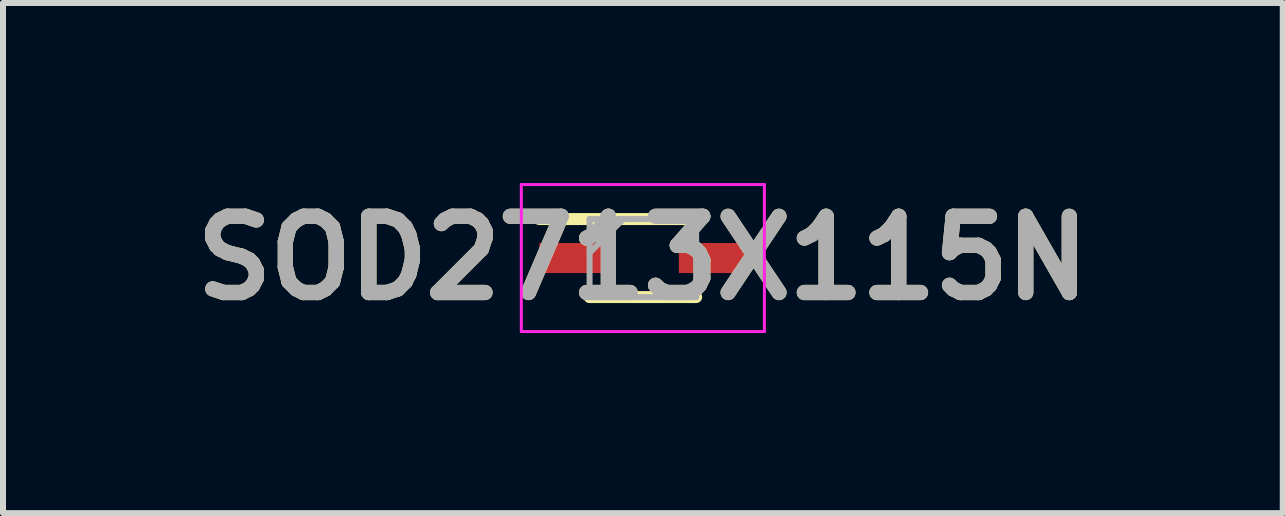
<source format=kicad_pcb>
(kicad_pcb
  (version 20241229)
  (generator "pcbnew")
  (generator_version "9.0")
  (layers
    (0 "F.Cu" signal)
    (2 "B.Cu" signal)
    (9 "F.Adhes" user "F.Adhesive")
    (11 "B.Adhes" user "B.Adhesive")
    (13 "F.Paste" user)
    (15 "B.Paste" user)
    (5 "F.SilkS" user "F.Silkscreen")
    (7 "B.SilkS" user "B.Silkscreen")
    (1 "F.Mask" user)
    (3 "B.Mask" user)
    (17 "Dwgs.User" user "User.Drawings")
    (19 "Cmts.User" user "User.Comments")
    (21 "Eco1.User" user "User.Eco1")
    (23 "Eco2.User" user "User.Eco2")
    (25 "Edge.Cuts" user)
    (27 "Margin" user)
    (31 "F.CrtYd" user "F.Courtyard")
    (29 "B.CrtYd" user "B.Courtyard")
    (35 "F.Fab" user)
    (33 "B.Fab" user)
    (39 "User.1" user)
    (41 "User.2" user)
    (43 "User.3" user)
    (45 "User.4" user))
  (footprint "SOD2713X115N"
    (layer "F.Cu")
    (at 7.662 1.25)
    (property "Reference" "SOD2713X115N" (at 0 0 0) (layer "F.SilkS") (effects (font (size 1.27 1.27) (thickness 0.254))))
    (attr smd)
    (fp_line (start -1.725 -0.65) (end 0.888 -0.65) (stroke (width 0.2) (type solid)) (layer "F.SilkS"))
    (fp_line (start -0.888 0.65) (end 0.888 0.65) (stroke (width 0.2) (type solid)) (layer "F.SilkS"))
    (fp_line (start -2.025 -1.225) (end 2.025 -1.225) (stroke (width 0.05) (type solid)) (layer "F.CrtYd"))
    (fp_line (start -2.025 1.225) (end -2.025 -1.225) (stroke (width 0.05) (type solid)) (layer "F.CrtYd"))
    (fp_line (start 2.025 -1.225) (end 2.025 1.225) (stroke (width 0.05) (type solid)) (layer "F.CrtYd"))
    (fp_line (start 2.025 1.225) (end -2.025 1.225) (stroke (width 0.05) (type solid)) (layer "F.CrtYd"))
    (fp_line (start -0.888 -0.65) (end 0.888 -0.65) (stroke (width 0.1) (type solid)) (layer "F.Fab"))
    (fp_line (start -0.888 -0.088) (end -0.325 -0.65) (stroke (width 0.1) (type solid)) (layer "F.Fab"))
    (fp_line (start -0.888 0.65) (end -0.888 -0.65) (stroke (width 0.1) (type solid)) (layer "F.Fab"))
    (fp_line (start 0.888 -0.65) (end 0.888 0.65) (stroke (width 0.1) (type solid)) (layer "F.Fab"))
    (fp_line (start 0.888 0.65) (end -0.888 0.65) (stroke (width 0.1) (type solid)) (layer "F.Fab"))
    (fp_text user "${REFERENCE}" (at 0 0 0) (layer "F.Fab") (effects (font (size 1.27 1.27) (thickness 0.254))))
    (pad "1" smd rect (at -1.162 0 90) (size 0.5 1.125) (layers "F.Cu" "F.Mask" "F.Paste"))
    (pad "2" smd rect (at 1.162 0 90) (size 0.5 1.125) (layers "F.Cu" "F.Mask" "F.Paste")))
  (gr_rect
    (start -3 -3)
    (end 18.325 5.5)
    (stroke (width 0.1) (type default))
    (fill no)
    (layer "Edge.Cuts")))
</source>
